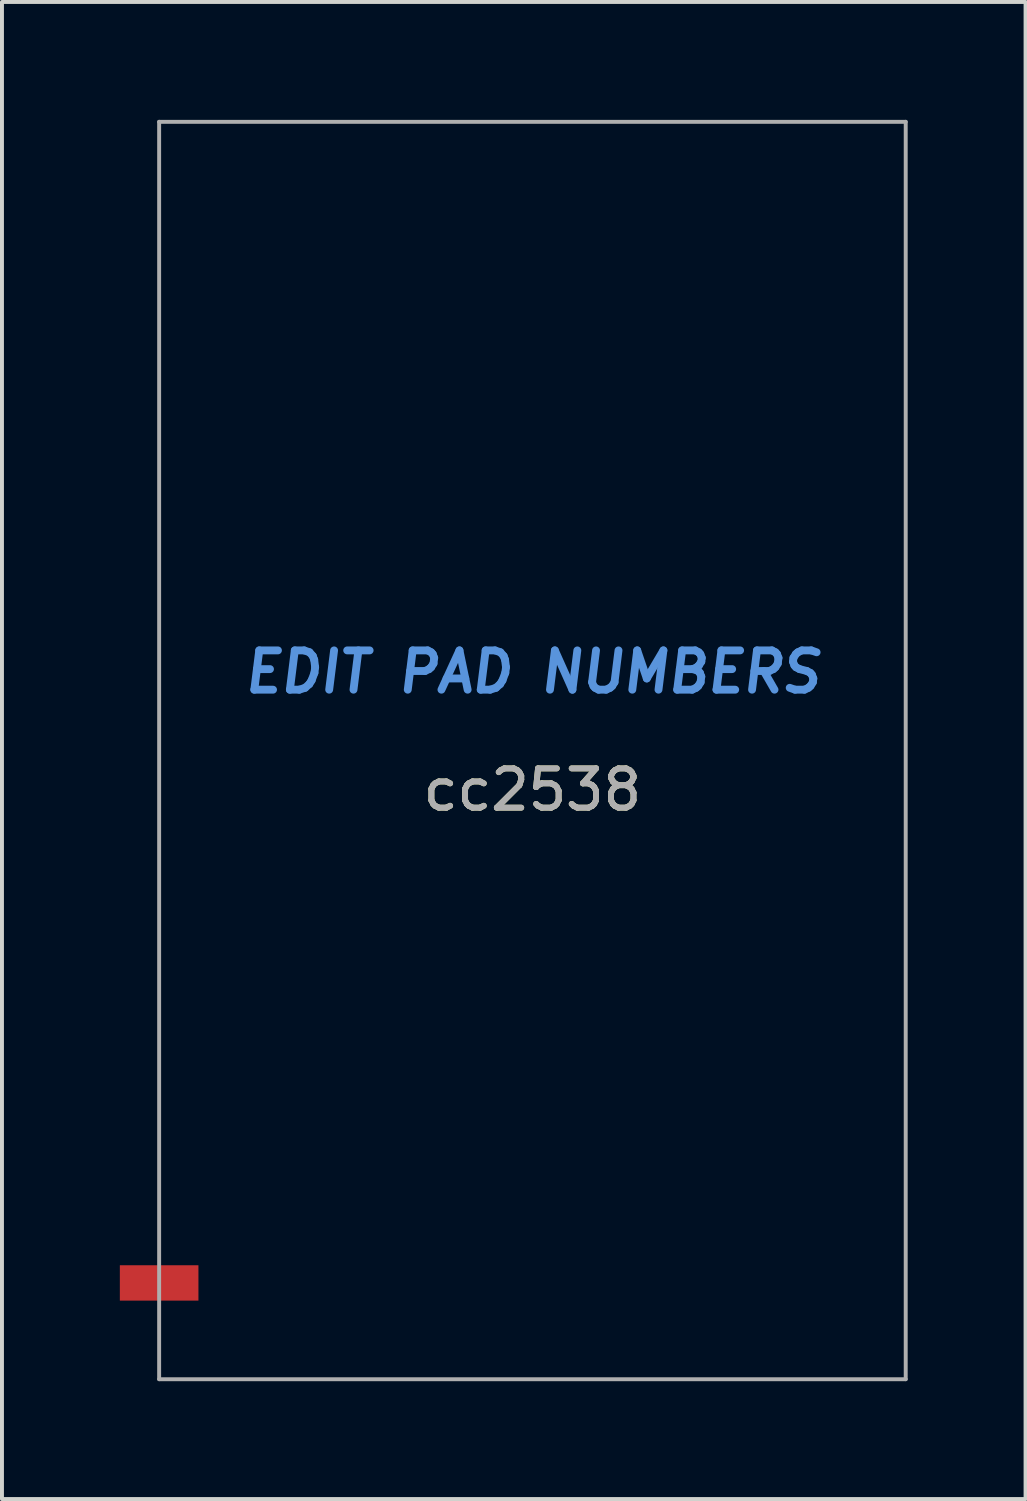
<source format=kicad_pcb>
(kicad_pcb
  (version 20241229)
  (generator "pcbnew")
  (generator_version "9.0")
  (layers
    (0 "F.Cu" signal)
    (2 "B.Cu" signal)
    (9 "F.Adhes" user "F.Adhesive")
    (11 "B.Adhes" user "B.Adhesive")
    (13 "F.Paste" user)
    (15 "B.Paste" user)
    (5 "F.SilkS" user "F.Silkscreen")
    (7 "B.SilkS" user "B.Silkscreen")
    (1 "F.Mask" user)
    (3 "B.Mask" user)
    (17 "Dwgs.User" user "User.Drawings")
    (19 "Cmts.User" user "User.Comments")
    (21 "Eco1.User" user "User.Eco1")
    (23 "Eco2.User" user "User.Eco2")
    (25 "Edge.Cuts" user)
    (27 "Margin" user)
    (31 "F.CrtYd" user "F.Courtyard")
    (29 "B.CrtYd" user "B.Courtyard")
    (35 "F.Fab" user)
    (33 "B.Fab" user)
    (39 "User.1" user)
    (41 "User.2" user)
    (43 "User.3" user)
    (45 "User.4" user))
  (footprint "cc2538"
    (layer "F.Cu")
    (at 10.5 16.05)
    (property "Reference" "cc2538" (at 0 1 0) (layer "F.SilkS") (effects (font (size 1 1) (thickness 0.15))))
    (attr smd)
    (fp_line (start -9.5 -16) (end -9.5 16) (stroke (width 0.1) (type solid)) (layer "F.Fab"))
    (fp_line (start -9.5 16) (end 9.5 16) (stroke (width 0.1) (type solid)) (layer "F.Fab"))
    (fp_line (start 9.5 -16) (end -9.5 -16) (stroke (width 0.1) (type solid)) (layer "F.Fab"))
    (fp_line (start 9.5 16) (end 9.5 -16) (stroke (width 0.1) (type solid)) (layer "F.Fab"))
    (fp_text user "EDIT PAD NUMBERS" (at 0 -2 0) (layer "Cmts.User") (effects (font (size 1 1) (thickness 0.2) (italic yes))))
    (fp_text user "${REFERENCE}" (at 0 1 0) (layer "F.Fab") (effects (font (size 1 1) (thickness 0.15))))
    (pad "#" smd rect (at -9.5 13.55) (size 2 0.9) (layers "F.Cu" "F.Mask" "F.Paste")))
  (gr_rect
    (start -3 -3)
    (end 23.05 35.1)
    (stroke (width 0.1) (type default))
    (fill no)
    (layer "Edge.Cuts")))
</source>
